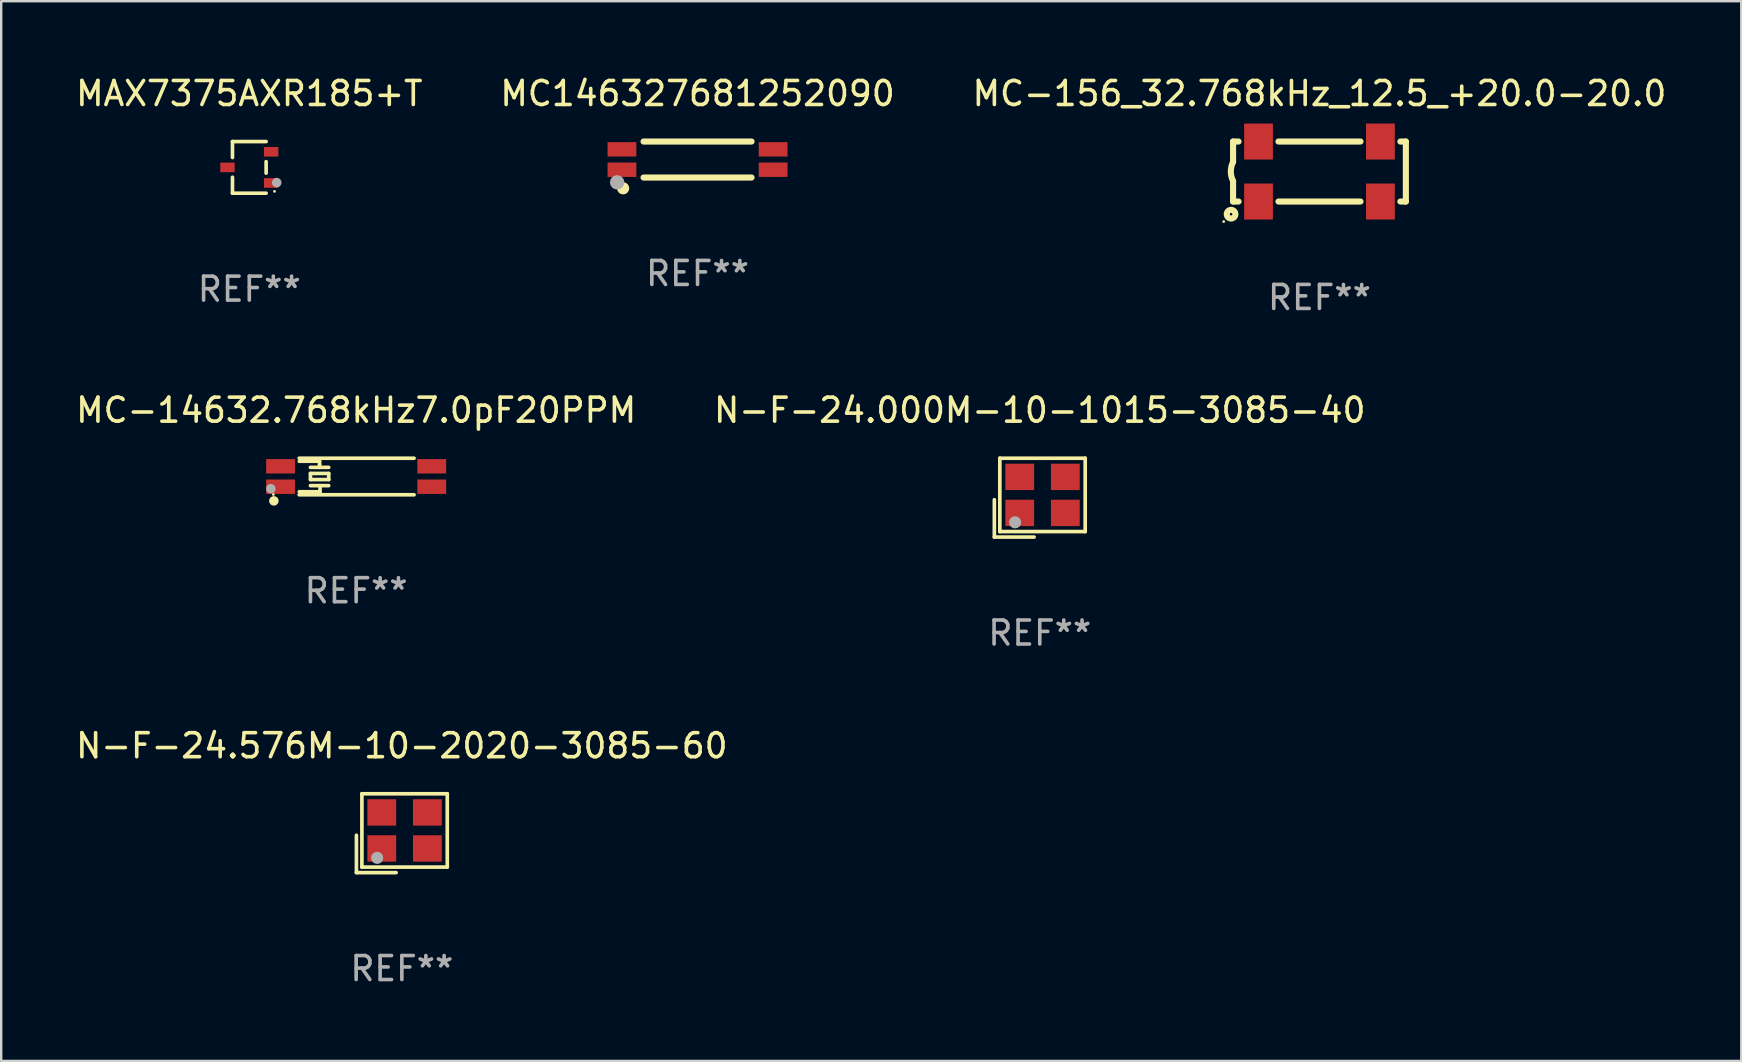
<source format=kicad_pcb>
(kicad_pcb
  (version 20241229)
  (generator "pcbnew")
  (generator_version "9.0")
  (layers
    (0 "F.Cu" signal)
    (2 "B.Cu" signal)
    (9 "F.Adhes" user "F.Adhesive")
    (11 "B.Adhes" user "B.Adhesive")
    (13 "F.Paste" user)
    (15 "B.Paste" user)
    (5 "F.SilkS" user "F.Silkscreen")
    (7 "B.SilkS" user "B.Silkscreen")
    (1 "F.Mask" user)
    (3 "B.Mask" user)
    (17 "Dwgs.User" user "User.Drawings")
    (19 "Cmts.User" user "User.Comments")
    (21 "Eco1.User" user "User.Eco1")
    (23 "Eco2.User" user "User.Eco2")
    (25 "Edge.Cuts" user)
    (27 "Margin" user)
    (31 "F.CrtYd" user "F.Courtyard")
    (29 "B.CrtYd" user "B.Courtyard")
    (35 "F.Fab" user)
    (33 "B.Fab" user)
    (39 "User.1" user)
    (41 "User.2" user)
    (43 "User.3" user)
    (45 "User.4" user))
  (footprint "N-F-24.576M-10-2020-3085-60"
    (layer "F.Cu")
    (at 13.696 31.671)
    (property "Reference" "N-F-24.576M-10-2020-3085-60" (at 0 -3.643 0) (layer "F.SilkS") (effects (font (size 1 1) (thickness 0.15))))
    (attr through_hole)
    (fp_line (start -1.893 0.086) (end -1.893 1.643) (stroke (width 0.152) (type solid)) (layer "F.SilkS"))
    (fp_line (start -1.893 1.643) (end -0.237 1.643) (stroke (width 0.152) (type solid)) (layer "F.SilkS"))
    (fp_line (start -1.665 -1.643) (end 1.893 -1.643) (stroke (width 0.152) (type solid)) (layer "F.SilkS"))
    (fp_line (start -1.665 1.414) (end -1.665 -1.643) (stroke (width 0.152) (type solid)) (layer "F.SilkS"))
    (fp_line (start 1.893 -1.643) (end 1.893 1.414) (stroke (width 0.152) (type solid)) (layer "F.SilkS"))
    (fp_line (start 1.893 1.414) (end -1.665 1.414) (stroke (width 0.152) (type solid)) (layer "F.SilkS"))
    (fp_circle (center -1.136 0.885) (end -1.106 0.885) (stroke (width 0.06) (type solid)) (fill no) (layer "F.SilkS"))
    (fp_circle (center -1.029 1.028) (end -0.902 1.028) (stroke (width 0.254) (type solid)) (fill no) (layer "F.Fab"))
    (fp_text user "REF**" (at 0 5.643 0) (layer "F.Fab") (effects (font (size 1 1) (thickness 0.15))))
    (pad "1" smd rect (at -0.836 0.636) (size 1.2 1.1) (layers "F.Cu" "F.Mask" "F.Paste"))
    (pad "2" smd rect (at 1.064 0.636) (size 1.2 1.1) (layers "F.Cu" "F.Mask" "F.Paste"))
    (pad "3" smd rect (at 1.064 -0.865) (size 1.2 1.1) (layers "F.Cu" "F.Mask" "F.Paste"))
    (pad "4" smd rect (at -0.836 -0.865) (size 1.2 1.1) (layers "F.Cu" "F.Mask" "F.Paste")))
  (footprint "MAX7375AXR185+T"
    (layer "F.Cu")
    (at 7.339 3.925)
    (property "Reference" "MAX7375AXR185+T" (at 0 -3.076 0) (layer "F.SilkS") (effects (font (size 1 1) (thickness 0.15))))
    (attr through_hole)
    (fp_line (start -0.701 -1.076) (end -0.701 -0.411) (stroke (width 0.152) (type solid)) (layer "F.SilkS"))
    (fp_line (start -0.701 1.076) (end -0.701 0.411) (stroke (width 0.152) (type solid)) (layer "F.SilkS"))
    (fp_line (start 0.701 -1.076) (end -0.701 -1.076) (stroke (width 0.152) (type solid)) (layer "F.SilkS"))
    (fp_line (start 0.701 -0.239) (end 0.701 0.239) (stroke (width 0.152) (type solid)) (layer "F.SilkS"))
    (fp_line (start 0.701 1.076) (end -0.701 1.076) (stroke (width 0.152) (type solid)) (layer "F.SilkS"))
    (fp_circle (center 1.05 1) (end 1.08 1) (stroke (width 0.06) (type solid)) (fill no) (layer "F.SilkS"))
    (fp_circle (center 1.143 0.635) (end 1.243 0.635) (stroke (width 0.2) (type solid)) (fill no) (layer "F.Fab"))
    (fp_text user "REF**" (at 0 5.076 0) (layer "F.Fab") (effects (font (size 1 1) (thickness 0.15))))
    (pad "1" smd rect (at 0.91 0.65) (size 0.6 0.4) (layers "F.Cu" "F.Mask" "F.Paste"))
    (pad "2" smd rect (at 0.91 -0.65) (size 0.6 0.4) (layers "F.Cu" "F.Mask" "F.Paste"))
    (pad "3" smd rect (at -0.91 0) (size 0.6 0.4) (layers "F.Cu" "F.Mask" "F.Paste")))
  (footprint "MC-156_32.768kHz_12.5_+20.0-20.0"
    (layer "F.Cu")
    (at 51.935 4.098)
    (property "Reference" "MC-156_32.768kHz_12.5_+20.0-20.0" (at 0 -3.25 0) (layer "F.SilkS") (effects (font (size 1 1) (thickness 0.15))))
    (attr through_hole)
    (fp_line (start -3.6 -1.25) (end -3.371 -1.25) (stroke (width 0.254) (type solid)) (layer "F.SilkS"))
    (fp_line (start -3.6 -1.25) (end -3.6 -0.4) (stroke (width 0.254) (type solid)) (layer "F.SilkS"))
    (fp_line (start -3.6 1.25) (end -3.6 0.4) (stroke (width 0.254) (type solid)) (layer "F.SilkS"))
    (fp_line (start -3.6 1.25) (end -3.371 1.25) (stroke (width 0.254) (type solid)) (layer "F.SilkS"))
    (fp_line (start -1.709 -1.25) (end 1.709 -1.25) (stroke (width 0.254) (type solid)) (layer "F.SilkS"))
    (fp_line (start -1.709 1.25) (end 1.709 1.25) (stroke (width 0.254) (type solid)) (layer "F.SilkS"))
    (fp_line (start 3.371 1.25) (end 3.6 1.25) (stroke (width 0.254) (type solid)) (layer "F.SilkS"))
    (fp_line (start 3.6 -1.25) (end 3.371 -1.25) (stroke (width 0.254) (type solid)) (layer "F.SilkS"))
    (fp_line (start 3.6 -1.25) (end 3.6 1.25) (stroke (width 0.254) (type solid)) (layer "F.SilkS"))
    (fp_arc (start -3.599188 0.398768) (mid -3.69374 -0.00053) (end -3.599975 -0.400013) (stroke (width 0.254001) (type solid)) (layer "F.SilkS"))
    (fp_circle (center -3.99 2.085) (end -3.96 2.085) (stroke (width 0.06) (type solid)) (fill no) (layer "F.SilkS"))
    (fp_circle (center -3.683 1.778) (end -3.503 1.778) (stroke (width 0.254) (type solid)) (fill no) (layer "F.SilkS"))
    (fp_text user "REF**" (at 0 5.25 0) (layer "F.Fab") (effects (font (size 1 1) (thickness 0.15))))
    (pad "1" smd rect (at -2.54 1.25) (size 1.2 1.5) (layers "F.Cu" "F.Mask" "F.Paste"))
    (pad "2" smd rect (at 2.54 1.25) (size 1.2 1.5) (layers "F.Cu" "F.Mask" "F.Paste"))
    (pad "3" smd rect (at 2.54 -1.25) (size 1.2 1.5) (layers "F.Cu" "F.Mask" "F.Paste"))
    (pad "4" smd rect (at -2.54 -1.25) (size 1.2 1.5) (layers "F.Cu" "F.Mask" "F.Paste")))
  (footprint "N-F-24.000M-10-1015-3085-40"
    (layer "F.Cu")
    (at 40.28 17.688)
    (property "Reference" "N-F-24.000M-10-1015-3085-40" (at 0 -3.643 0) (layer "F.SilkS") (effects (font (size 1 1) (thickness 0.15))))
    (attr through_hole)
    (fp_line (start -1.893 0.086) (end -1.893 1.643) (stroke (width 0.152) (type solid)) (layer "F.SilkS"))
    (fp_line (start -1.893 1.643) (end -0.237 1.643) (stroke (width 0.152) (type solid)) (layer "F.SilkS"))
    (fp_line (start -1.665 -1.643) (end 1.893 -1.643) (stroke (width 0.152) (type solid)) (layer "F.SilkS"))
    (fp_line (start -1.665 1.414) (end -1.665 -1.643) (stroke (width 0.152) (type solid)) (layer "F.SilkS"))
    (fp_line (start 1.893 -1.643) (end 1.893 1.414) (stroke (width 0.152) (type solid)) (layer "F.SilkS"))
    (fp_line (start 1.893 1.414) (end -1.665 1.414) (stroke (width 0.152) (type solid)) (layer "F.SilkS"))
    (fp_circle (center -1.136 0.885) (end -1.106 0.885) (stroke (width 0.06) (type solid)) (fill no) (layer "F.SilkS"))
    (fp_circle (center -1.029 1.028) (end -0.902 1.028) (stroke (width 0.254) (type solid)) (fill no) (layer "F.Fab"))
    (fp_text user "REF**" (at 0 5.643 0) (layer "F.Fab") (effects (font (size 1 1) (thickness 0.15))))
    (pad "1" smd rect (at -0.836 0.636) (size 1.2 1.1) (layers "F.Cu" "F.Mask" "F.Paste"))
    (pad "2" smd rect (at 1.064 0.636) (size 1.2 1.1) (layers "F.Cu" "F.Mask" "F.Paste"))
    (pad "3" smd rect (at 1.064 -0.865) (size 1.2 1.1) (layers "F.Cu" "F.Mask" "F.Paste"))
    (pad "4" smd rect (at -0.836 -0.865) (size 1.2 1.1) (layers "F.Cu" "F.Mask" "F.Paste")))
  (footprint "MC-14632.768kHz7.0pF20PPM"
    (layer "F.Cu")
    (at 11.792 16.807)
    (property "Reference" "MC-14632.768kHz7.0pF20PPM" (at 0 -2.762 0) (layer "F.SilkS") (effects (font (size 1 1) (thickness 0.15))))
    (attr through_hole)
    (fp_line (start -2.286 0.635) (end -2.37 0.635) (stroke (width 0.152) (type solid)) (layer "F.SilkS"))
    (fp_line (start -1.905 -0.381) (end -1.143 -0.381) (stroke (width 0.152) (type solid)) (layer "F.SilkS"))
    (fp_line (start -1.905 -0.127) (end -1.905 0.127) (stroke (width 0.152) (type solid)) (layer "F.SilkS"))
    (fp_line (start -1.905 -0.127) (end -1.143 -0.127) (stroke (width 0.152) (type solid)) (layer "F.SilkS"))
    (fp_line (start -1.905 0.127) (end -1.143 0.127) (stroke (width 0.152) (type solid)) (layer "F.SilkS"))
    (fp_line (start -1.905 0.381) (end -1.143 0.381) (stroke (width 0.152) (type solid)) (layer "F.SilkS"))
    (fp_line (start -1.525 -0.635) (end -2.37 -0.635) (stroke (width 0.152) (type solid)) (layer "F.SilkS"))
    (fp_line (start -1.525 -0.508) (end -1.525 -0.635) (stroke (width 0.152) (type solid)) (layer "F.SilkS"))
    (fp_line (start -1.525 -0.381) (end -1.525 -0.508) (stroke (width 0.152) (type solid)) (layer "F.SilkS"))
    (fp_line (start -1.505 0.381) (end -1.505 0.635) (stroke (width 0.152) (type solid)) (layer "F.SilkS"))
    (fp_line (start -1.505 0.635) (end -2.286 0.635) (stroke (width 0.152) (type solid)) (layer "F.SilkS"))
    (fp_line (start -1.143 0.127) (end -1.143 -0.127) (stroke (width 0.152) (type solid)) (layer "F.SilkS"))
    (fp_line (start 2.413 -0.762) (end -2.374 -0.762) (stroke (width 0.152) (type solid)) (layer "F.SilkS"))
    (fp_line (start 2.413 0.762) (end -2.374 0.762) (stroke (width 0.152) (type solid)) (layer "F.SilkS"))
    (fp_circle (center -3.45 0.75) (end -3.42 0.75) (stroke (width 0.06) (type solid)) (fill no) (layer "F.SilkS"))
    (fp_circle (center -3.429 1.016) (end -3.329 1.016) (stroke (width 0.2) (type solid)) (fill no) (layer "F.SilkS"))
    (fp_circle (center -3.556 0.508) (end -3.456 0.508) (stroke (width 0.2) (type solid)) (fill no) (layer "F.Fab"))
    (fp_text user "REF**" (at 0 4.762 0) (layer "F.Fab") (effects (font (size 1 1) (thickness 0.15))))
    (pad "1" smd rect (at -3.15 0.425 90) (size 0.6 1.2) (layers "F.Cu" "F.Mask" "F.Paste"))
    (pad "2" smd rect (at 3.15 0.425 270) (size 0.6 1.2) (layers "F.Cu" "F.Mask" "F.Paste"))
    (pad "3" smd rect (at 3.15 -0.425 90) (size 0.6 1.2) (layers "F.Cu" "F.Mask" "F.Paste"))
    (pad "4" smd rect (at -3.15 -0.425 270) (size 0.6 1.2) (layers "F.Cu" "F.Mask" "F.Paste")))
  (footprint "MC146327681252090"
    (layer "F.Cu")
    (at 26.018 3.598)
    (property "Reference" "MC146327681252090" (at 0 -2.75 0) (layer "F.SilkS") (effects (font (size 1 1) (thickness 0.15))))
    (attr through_hole)
    (fp_line (start -2.25 -0.75) (end 2.25 -0.75) (stroke (width 0.254) (type solid)) (layer "F.SilkS"))
    (fp_line (start 2.25 0.75) (end -2.25 0.75) (stroke (width 0.254) (type solid)) (layer "F.SilkS"))
    (fp_circle (center -3.45 0.75) (end -3.42 0.75) (stroke (width 0.06) (type solid)) (fill no) (layer "F.SilkS"))
    (fp_circle (center -3.1 1.2) (end -2.973 1.2) (stroke (width 0.254) (type solid)) (fill no) (layer "F.SilkS"))
    (fp_circle (center -3.35 0.95) (end -3.2 0.95) (stroke (width 0.3) (type solid)) (fill no) (layer "F.Fab"))
    (fp_text user "REF**" (at 0 4.75 0) (layer "F.Fab") (effects (font (size 1 1) (thickness 0.15))))
    (pad "1" smd rect (at -3.15 0.425 270) (size 0.6 1.2) (layers "F.Cu" "F.Mask" "F.Paste"))
    (pad "2" smd rect (at 3.15 0.425 90) (size 0.6 1.2) (layers "F.Cu" "F.Mask" "F.Paste"))
    (pad "3" smd rect (at 3.15 -0.425 270) (size 0.6 1.2) (layers "F.Cu" "F.Mask" "F.Paste"))
    (pad "4" smd rect (at -3.15 -0.425 90) (size 0.6 1.2) (layers "F.Cu" "F.Mask" "F.Paste")))
  (gr_rect
    (start -3 -3)
    (end 69.512 41.162)
    (stroke (width 0.1) (type default))
    (fill no)
    (layer "Edge.Cuts")))
</source>
